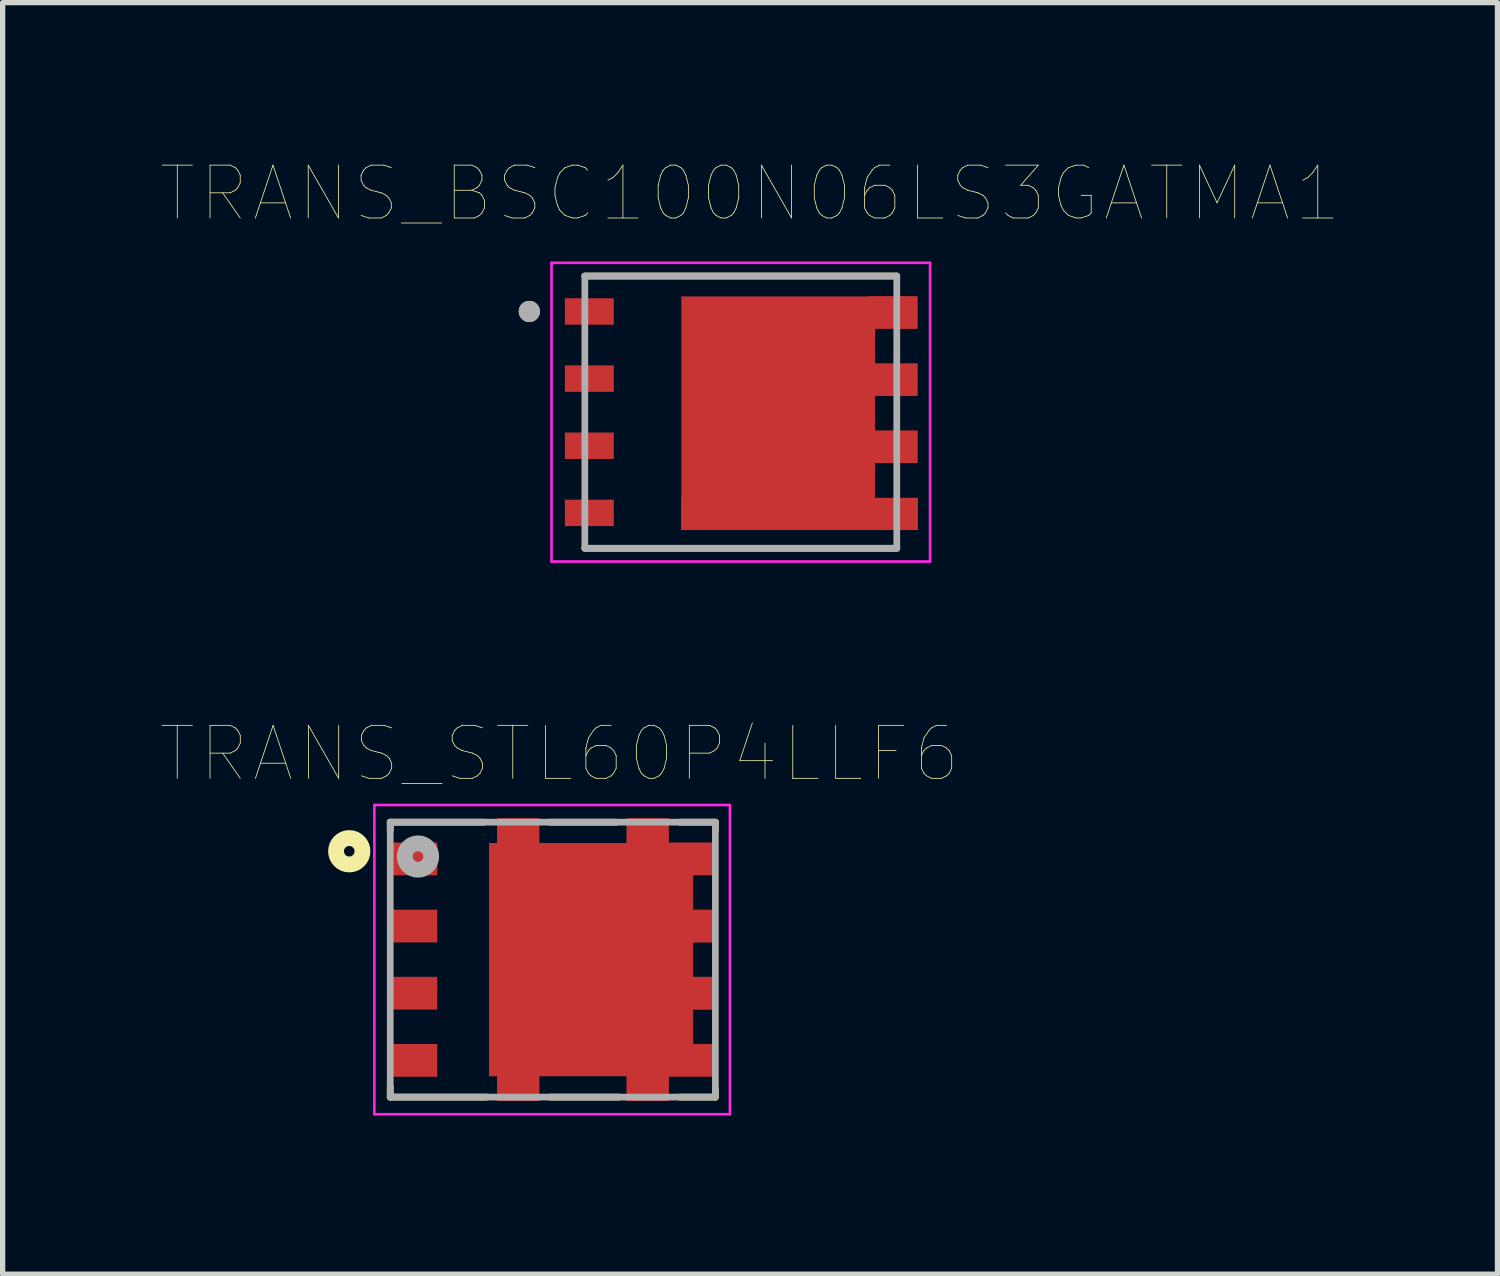
<source format=kicad_pcb>
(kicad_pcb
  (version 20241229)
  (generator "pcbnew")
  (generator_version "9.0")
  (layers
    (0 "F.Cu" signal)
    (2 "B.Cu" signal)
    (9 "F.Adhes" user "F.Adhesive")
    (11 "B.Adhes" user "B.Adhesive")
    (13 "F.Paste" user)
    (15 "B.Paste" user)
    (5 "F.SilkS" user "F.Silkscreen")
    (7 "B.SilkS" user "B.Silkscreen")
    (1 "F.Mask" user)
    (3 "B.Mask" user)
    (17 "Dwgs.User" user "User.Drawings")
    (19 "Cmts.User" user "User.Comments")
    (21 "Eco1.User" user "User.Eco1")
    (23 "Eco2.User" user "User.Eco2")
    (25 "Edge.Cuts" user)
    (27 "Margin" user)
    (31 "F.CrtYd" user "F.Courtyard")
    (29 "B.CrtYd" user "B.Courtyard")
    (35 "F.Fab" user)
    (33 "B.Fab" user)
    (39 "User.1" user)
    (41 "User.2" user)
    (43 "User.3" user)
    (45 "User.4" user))
  (footprint "TRANS_BSC100N06LS3GATMA1"
    (layer "F.Cu")
    (at 10.962 4.746)
    (property "Reference" "TRANS_BSC100N06LS3GATMA1" (at 0.175 -4.135 0) (layer "F.SilkS") (effects (font (size 1 1) (thickness 0.015))))
    (attr through_hole)
    (fp_poly (pts (xy -1.23 -2.305) (xy 3.425 -2.305) (xy 3.425 -1.505) (xy 2.625 -1.505) (xy 2.625 -1.035) (xy 3.425 -1.035) (xy 3.425 -0.235) (xy 2.625 -0.235) (xy 2.625 0.235) (xy 3.425 0.235) (xy 3.425 1.035) (xy 2.625 1.035) (xy 2.625 1.505) (xy 3.425 1.505) (xy 3.425 2.305) (xy -1.23 2.305)) (stroke (width 0.01) (type solid)) (fill yes) (layer "F.Mask"))
    (fp_line (start -2.95 2.575) (end 2.95 2.575) (stroke (width 0.127) (type solid)) (layer "F.SilkS"))
    (fp_line (start 2.95 -2.575) (end -2.95 -2.575) (stroke (width 0.127) (type solid)) (layer "F.SilkS"))
    (fp_circle (center -4 -1.905) (end -3.9 -1.905) (stroke (width 0.2) (type solid)) (fill no) (layer "F.SilkS"))
    (fp_poly (pts (xy -3.277 -2.105) (xy -2.453 -2.105) (xy -2.453 -1.705) (xy -3.277 -1.705)) (stroke (width 0.01) (type solid)) (fill yes) (layer "F.Paste"))
    (fp_poly (pts (xy -3.277 -0.835) (xy -2.453 -0.835) (xy -2.453 -0.435) (xy -3.277 -0.435)) (stroke (width 0.01) (type solid)) (fill yes) (layer "F.Paste"))
    (fp_poly (pts (xy -3.277 0.435) (xy -2.453 0.435) (xy -2.453 0.835) (xy -3.277 0.835)) (stroke (width 0.01) (type solid)) (fill yes) (layer "F.Paste"))
    (fp_poly (pts (xy -3.277 1.705) (xy -2.453 1.705) (xy -2.453 2.105) (xy -3.277 2.105)) (stroke (width 0.01) (type solid)) (fill yes) (layer "F.Paste"))
    (fp_poly (pts (xy -0.875 -1.6) (xy 0.625 -1.6) (xy 0.625 -0.1) (xy -0.875 -0.1)) (stroke (width 0.01) (type solid)) (fill yes) (layer "F.Paste"))
    (fp_poly (pts (xy -0.875 0.1) (xy 0.625 0.1) (xy 0.625 1.6) (xy -0.875 1.6)) (stroke (width 0.01) (type solid)) (fill yes) (layer "F.Paste"))
    (fp_poly (pts (xy 0.825 -1.6) (xy 2.325 -1.6) (xy 2.325 -0.1) (xy 0.825 -0.1)) (stroke (width 0.01) (type solid)) (fill yes) (layer "F.Paste"))
    (fp_poly (pts (xy 0.825 0.1) (xy 2.325 0.1) (xy 2.325 1.6) (xy 0.825 1.6)) (stroke (width 0.01) (type solid)) (fill yes) (layer "F.Paste"))
    (fp_poly (pts (xy 2.525 -2.155) (xy 3.275 -2.155) (xy 3.275 -1.655) (xy 2.525 -1.655)) (stroke (width 0.01) (type solid)) (fill yes) (layer "F.Paste"))
    (fp_poly (pts (xy 2.525 -0.885) (xy 3.275 -0.885) (xy 3.275 -0.385) (xy 2.525 -0.385)) (stroke (width 0.01) (type solid)) (fill yes) (layer "F.Paste"))
    (fp_poly (pts (xy 2.525 0.385) (xy 3.275 0.385) (xy 3.275 0.885) (xy 2.525 0.885)) (stroke (width 0.01) (type solid)) (fill yes) (layer "F.Paste"))
    (fp_poly (pts (xy 2.525 1.655) (xy 3.275 1.655) (xy 3.275 2.155) (xy 2.525 2.155)) (stroke (width 0.01) (type solid)) (fill yes) (layer "F.Paste"))
    (fp_line (start -3.58 -2.825) (end 3.58 -2.825) (stroke (width 0.05) (type solid)) (layer "F.CrtYd"))
    (fp_line (start -3.58 2.825) (end -3.58 -2.825) (stroke (width 0.05) (type solid)) (layer "F.CrtYd"))
    (fp_line (start 3.58 -2.825) (end 3.58 2.825) (stroke (width 0.05) (type solid)) (layer "F.CrtYd"))
    (fp_line (start 3.58 2.825) (end -3.58 2.825) (stroke (width 0.05) (type solid)) (layer "F.CrtYd"))
    (fp_line (start -2.95 -2.575) (end -2.95 2.575) (stroke (width 0.127) (type solid)) (layer "F.Fab"))
    (fp_line (start -2.95 2.575) (end 2.95 2.575) (stroke (width 0.127) (type solid)) (layer "F.Fab"))
    (fp_line (start 2.95 -2.575) (end -2.95 -2.575) (stroke (width 0.127) (type solid)) (layer "F.Fab"))
    (fp_line (start 2.95 2.575) (end 2.95 -2.575) (stroke (width 0.127) (type solid)) (layer "F.Fab"))
    (fp_circle (center -4 -1.905) (end -3.9 -1.905) (stroke (width 0.2) (type solid)) (fill no) (layer "F.Fab"))
    (pad "1" smd rect (at -2.865 -1.905) (size 0.925 0.5) (layers "F.Cu" "F.Mask"))
    (pad "2" smd rect (at -2.865 -0.635) (size 0.925 0.5) (layers "F.Cu" "F.Mask"))
    (pad "3" smd rect (at -2.865 0.635) (size 0.925 0.5) (layers "F.Cu" "F.Mask"))
    (pad "4" smd rect (at -2.865 1.905) (size 0.925 0.5) (layers "F.Cu" "F.Mask"))
    (pad "5" smd custom (at 1.11 1.925) (size 4.48 0.61) (layers "F.Cu" "F.Mask" "F.Paste") (options (anchor rect)) (primitives (gr_poly (pts (xy -2.23 -4.11) (xy 2.225 -4.11) (xy 2.225 -3.51) (xy 1.425 -3.51) (xy 1.425 -2.84) (xy 2.225 -2.84) (xy 2.225 -2.24) (xy 1.425 -2.24) (xy 1.425 -1.57) (xy 2.225 -1.57) (xy 2.225 -0.97) (xy 1.425 -0.97) (xy 1.425 -0.3) (xy 2.225 -0.3) (xy 2.225 0.3) (xy -2.23 0.3)) (width 0.01) (fill yes))))
    (pad "6" smd rect (at 2.883 0.655) (size 0.917 0.61) (layers "F.Cu" "F.Mask" "F.Paste"))
    (pad "7" smd rect (at 2.883 -0.615) (size 0.917 0.61) (layers "F.Cu" "F.Mask" "F.Paste"))
    (pad "8" smd rect (at 2.883 -1.885) (size 0.917 0.61) (layers "F.Cu" "F.Mask" "F.Paste")))
  (footprint "TRANS_STL60P4LLF6"
    (layer "F.Cu")
    (at 7.406 15.101)
    (property "Reference" "TRANS_STL60P4LLF6" (at 0.125 -3.892 0) (layer "F.SilkS") (effects (font (size 1.002 1.002) (thickness 0.015))))
    (attr through_hole)
    (fp_poly (pts (xy -1.302 -2.3) (xy 2.75 -2.3) (xy 2.75 2.303) (xy -1.302 2.303)) (stroke (width 0.01) (type solid)) (fill yes) (layer "F.Mask"))
    (fp_poly (pts (xy -1.101 -2.75) (xy -0.2 -2.75) (xy -0.2 -2.253) (xy -1.101 -2.253)) (stroke (width 0.01) (type solid)) (fill yes) (layer "F.Mask"))
    (fp_poly (pts (xy -1.101 2.25) (xy -0.2 2.25) (xy -0.2 2.752) (xy -1.101 2.752)) (stroke (width 0.01) (type solid)) (fill yes) (layer "F.Mask"))
    (fp_poly (pts (xy 1.35 -2.75) (xy 2.25 -2.75) (xy 2.25 -2.251) (xy 1.35 -2.251)) (stroke (width 0.01) (type solid)) (fill yes) (layer "F.Mask"))
    (fp_poly (pts (xy 1.351 2.25) (xy 2.25 2.25) (xy 2.25 2.752) (xy 1.351 2.752)) (stroke (width 0.01) (type solid)) (fill yes) (layer "F.Mask"))
    (fp_line (start -3.075 -2.6) (end -3.075 -2.45) (stroke (width 0.127) (type solid)) (layer "F.SilkS"))
    (fp_line (start -3.075 -2.6) (end -1.3 -2.6) (stroke (width 0.127) (type solid)) (layer "F.SilkS"))
    (fp_line (start -3.075 2.4) (end -3.075 2.6) (stroke (width 0.127) (type solid)) (layer "F.SilkS"))
    (fp_line (start -3.075 2.6) (end -1.25 2.6) (stroke (width 0.127) (type solid)) (layer "F.SilkS"))
    (fp_line (start -0.05 -2.6) (end 1.2 -2.6) (stroke (width 0.127) (type solid)) (layer "F.SilkS"))
    (fp_line (start 1.25 2.6) (end -0.05 2.6) (stroke (width 0.127) (type solid)) (layer "F.SilkS"))
    (fp_line (start 2.4 -2.6) (end 3.075 -2.6) (stroke (width 0.127) (type solid)) (layer "F.SilkS"))
    (fp_line (start 3.075 -2.6) (end 3.075 -2.45) (stroke (width 0.127) (type solid)) (layer "F.SilkS"))
    (fp_line (start 3.075 2.45) (end 3.075 2.6) (stroke (width 0.127) (type solid)) (layer "F.SilkS"))
    (fp_line (start 3.075 2.6) (end 2.4 2.6) (stroke (width 0.127) (type solid)) (layer "F.SilkS"))
    (fp_circle (center -3.85 -2.05) (end -3.75 -2.05) (stroke (width 0.3) (type solid)) (fill no) (layer "F.SilkS"))
    (fp_poly (pts (xy -0.701 -1.55) (xy 1.7 -1.55) (xy 1.7 1.552) (xy -0.701 1.552)) (stroke (width 0.01) (type solid)) (fill yes) (layer "F.Paste"))
    (fp_line (start -3.375 -2.925) (end 3.35 -2.925) (stroke (width 0.05) (type solid)) (layer "F.CrtYd"))
    (fp_line (start -3.375 2.925) (end -3.375 -2.925) (stroke (width 0.05) (type solid)) (layer "F.CrtYd"))
    (fp_line (start 3.35 -2.925) (end 3.35 2.925) (stroke (width 0.05) (type solid)) (layer "F.CrtYd"))
    (fp_line (start 3.35 2.925) (end -3.375 2.925) (stroke (width 0.05) (type solid)) (layer "F.CrtYd"))
    (fp_line (start -3.075 -2.6) (end 3.075 -2.6) (stroke (width 0.127) (type solid)) (layer "F.Fab"))
    (fp_line (start -3.075 2.6) (end -3.075 -2.6) (stroke (width 0.127) (type solid)) (layer "F.Fab"))
    (fp_line (start 3.075 -2.6) (end 3.075 2.6) (stroke (width 0.127) (type solid)) (layer "F.Fab"))
    (fp_line (start 3.075 2.6) (end -3.075 2.6) (stroke (width 0.127) (type solid)) (layer "F.Fab"))
    (fp_circle (center -2.55 -1.95) (end -2.45 -1.95) (stroke (width 0.3) (type solid)) (fill no) (layer "F.Fab"))
    (pad "1" smd rect (at -2.655 -1.905) (size 0.94 0.62) (layers "F.Cu" "F.Mask" "F.Paste"))
    (pad "2" smd rect (at -2.655 -0.635) (size 0.94 0.62) (layers "F.Cu" "F.Mask" "F.Paste"))
    (pad "3" smd rect (at -2.655 0.635) (size 0.94 0.62) (layers "F.Cu" "F.Mask" "F.Paste"))
    (pad "4" smd rect (at -2.655 1.905) (size 0.94 0.62) (layers "F.Cu" "F.Mask" "F.Paste"))
    (pad "5" smd custom (at 2.655 1.905) (size 0.94 0.62) (layers "F.Cu" "F.Mask" "F.Paste") (options (anchor rect)) (primitives (gr_poly (pts (xy 0.465 -4.11) (xy 0.465 -3.505) (xy 0 -3.505) (xy 0 -2.845) (xy 0.465 -2.845) (xy 0.465 -2.235) (xy 0 -2.235) (xy 0 -1.575) (xy 0.465 -1.575) (xy 0.465 -0.965) (xy 0 -0.965) (xy 0 -0.305) (xy 0.465 -0.305) (xy 0.465 0.3) (xy -0.46 0.3) (xy -0.46 0.77) (xy -1.26 0.77) (xy -1.26 0.3) (xy -2.91 0.3) (xy -2.91 0.77) (xy -3.71 0.77) (xy -3.71 0.3) (xy -3.86 0.3) (xy -3.86 -4.11) (xy -3.71 -4.11) (xy -3.71 -4.58) (xy -2.91 -4.58) (xy -2.91 -4.11) (xy -1.26 -4.11) (xy -1.26 -4.58) (xy -0.46 -4.58) (xy -0.46 -4.11)) (width 0.001) (fill yes))))
    (pad "6" smd rect (at 2.655 0.635) (size 0.94 0.62) (layers "F.Cu" "F.Mask" "F.Paste"))
    (pad "7" smd rect (at 2.655 -0.635) (size 0.94 0.62) (layers "F.Cu" "F.Mask" "F.Paste"))
    (pad "8" smd rect (at 2.655 -1.905) (size 0.94 0.62) (layers "F.Cu" "F.Mask" "F.Paste")))
  (gr_rect
    (start -3 -3)
    (end 25.274 21.051)
    (stroke (width 0.1) (type default))
    (fill no)
    (layer "Edge.Cuts")))
</source>
